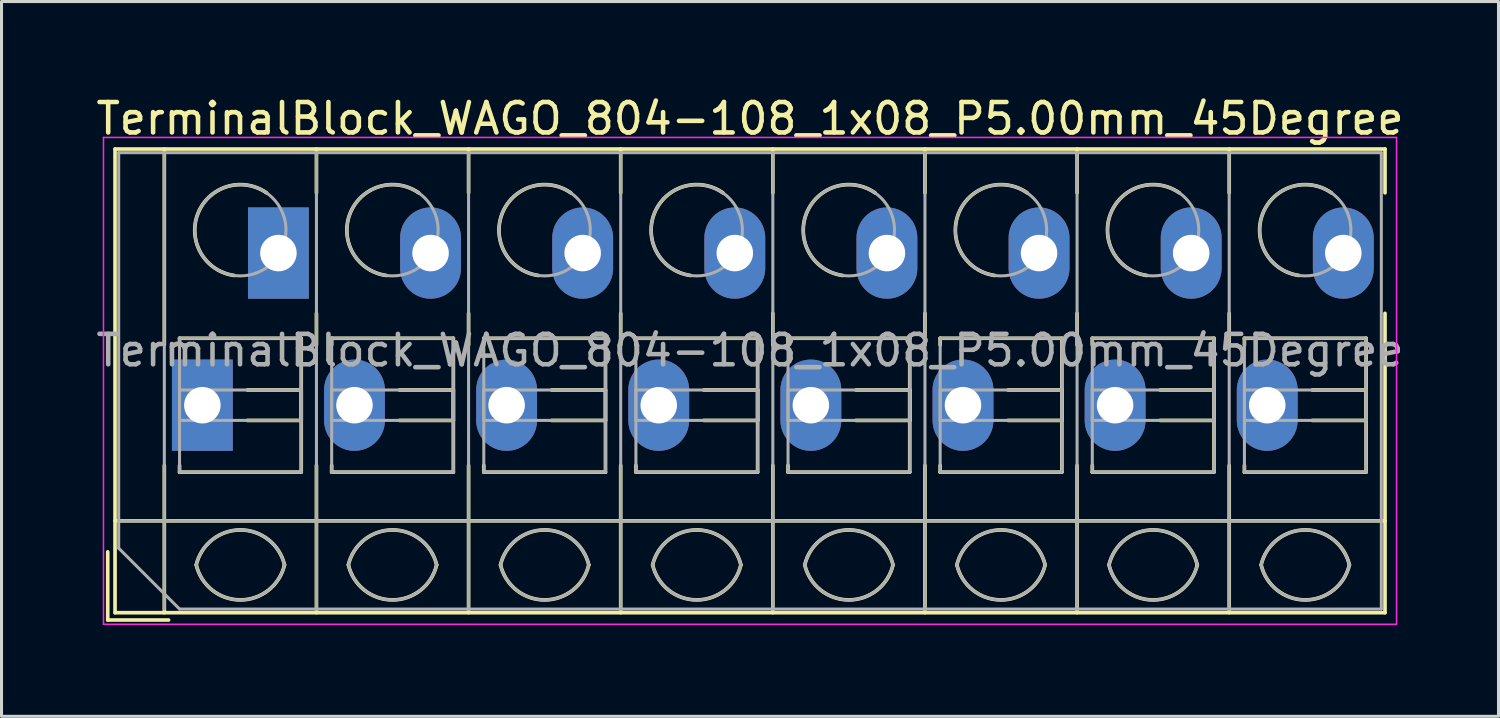
<source format=kicad_pcb>
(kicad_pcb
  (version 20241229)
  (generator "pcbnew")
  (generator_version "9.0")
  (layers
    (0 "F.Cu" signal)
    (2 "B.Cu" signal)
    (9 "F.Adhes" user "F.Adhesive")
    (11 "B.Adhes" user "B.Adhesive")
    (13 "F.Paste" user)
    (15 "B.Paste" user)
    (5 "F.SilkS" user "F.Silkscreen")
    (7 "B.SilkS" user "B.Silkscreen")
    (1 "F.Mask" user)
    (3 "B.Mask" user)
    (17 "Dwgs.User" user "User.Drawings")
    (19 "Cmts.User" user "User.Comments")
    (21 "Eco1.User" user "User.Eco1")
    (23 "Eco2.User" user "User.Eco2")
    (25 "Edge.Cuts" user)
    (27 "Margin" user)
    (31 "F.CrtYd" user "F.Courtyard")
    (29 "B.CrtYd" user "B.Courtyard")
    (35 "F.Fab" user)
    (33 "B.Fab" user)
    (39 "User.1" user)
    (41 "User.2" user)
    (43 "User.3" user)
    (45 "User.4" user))
  (footprint "TerminalBlock_WAGO_804-108_1x08_P5.00mm_45Degree"
    (layer "F.Cu")
    (at 3.601 10.268)
    (property "Reference" "TerminalBlock_WAGO_804-108_1x08_P5.00mm_45Degree" (at 18 -9.42 0) (layer "F.SilkS") (effects (font (size 1 1) (thickness 0.15))))
    (attr through_hole)
    (fp_line (start -3.11 4.82) (end -3.11 7.06) (stroke (width 0.12) (type solid)) (layer "F.SilkS"))
    (fp_line (start -3.11 7.06) (end -1.11 7.06) (stroke (width 0.12) (type solid)) (layer "F.SilkS"))
    (fp_line (start -2.87 -8.42) (end -2.87 6.82) (stroke (width 0.12) (type solid)) (layer "F.SilkS"))
    (fp_line (start -2.87 -8.42) (end 38.871 -8.42) (stroke (width 0.12) (type solid)) (layer "F.SilkS"))
    (fp_line (start -2.87 3.8) (end 38.871 3.8) (stroke (width 0.12) (type solid)) (layer "F.SilkS"))
    (fp_line (start -2.87 6.82) (end 38.871 6.82) (stroke (width 0.12) (type solid)) (layer "F.SilkS"))
    (fp_line (start -1.25 -8.42) (end -1.25 -1.98) (stroke (width 0.12) (type solid)) (layer "F.SilkS"))
    (fp_line (start -1.25 1.98) (end -1.25 6.82) (stroke (width 0.12) (type solid)) (layer "F.SilkS"))
    (fp_line (start -0.75 -2.2) (end -0.75 -1.98) (stroke (width 0.12) (type solid)) (layer "F.SilkS"))
    (fp_line (start -0.75 -2.2) (end 3.25 -2.2) (stroke (width 0.12) (type solid)) (layer "F.SilkS"))
    (fp_line (start -0.75 1.98) (end -0.75 2.2) (stroke (width 0.12) (type solid)) (layer "F.SilkS"))
    (fp_line (start -0.75 2.2) (end 3.25 2.2) (stroke (width 0.12) (type solid)) (layer "F.SilkS"))
    (fp_line (start 1.48 -0.5) (end 3.25 -0.5) (stroke (width 0.12) (type solid)) (layer "F.SilkS"))
    (fp_line (start 1.48 0.5) (end 3.25 0.5) (stroke (width 0.12) (type solid)) (layer "F.SilkS"))
    (fp_line (start 3.25 -2.2) (end 3.25 2.2) (stroke (width 0.12) (type solid)) (layer "F.SilkS"))
    (fp_line (start 3.25 -0.5) (end 3.25 0.5) (stroke (width 0.12) (type solid)) (layer "F.SilkS"))
    (fp_line (start 3.75 -8.42) (end 3.75 -6.98) (stroke (width 0.12) (type solid)) (layer "F.SilkS"))
    (fp_line (start 3.75 -3.02) (end 3.75 -1.98) (stroke (width 0.12) (type solid)) (layer "F.SilkS"))
    (fp_line (start 3.75 1.98) (end 3.75 6.82) (stroke (width 0.12) (type solid)) (layer "F.SilkS"))
    (fp_line (start 4.25 -2.2) (end 4.25 -1.98) (stroke (width 0.12) (type solid)) (layer "F.SilkS"))
    (fp_line (start 4.25 -2.2) (end 8.25 -2.2) (stroke (width 0.12) (type solid)) (layer "F.SilkS"))
    (fp_line (start 4.25 1.98) (end 4.25 2.2) (stroke (width 0.12) (type solid)) (layer "F.SilkS"))
    (fp_line (start 4.25 2.2) (end 8.25 2.2) (stroke (width 0.12) (type solid)) (layer "F.SilkS"))
    (fp_line (start 6.48 -0.5) (end 8.25 -0.5) (stroke (width 0.12) (type solid)) (layer "F.SilkS"))
    (fp_line (start 6.48 0.5) (end 8.25 0.5) (stroke (width 0.12) (type solid)) (layer "F.SilkS"))
    (fp_line (start 8.25 -2.2) (end 8.25 2.2) (stroke (width 0.12) (type solid)) (layer "F.SilkS"))
    (fp_line (start 8.25 -0.5) (end 8.25 0.5) (stroke (width 0.12) (type solid)) (layer "F.SilkS"))
    (fp_line (start 8.75 -8.42) (end 8.75 -6.98) (stroke (width 0.12) (type solid)) (layer "F.SilkS"))
    (fp_line (start 8.75 -3.02) (end 8.75 -1.98) (stroke (width 0.12) (type solid)) (layer "F.SilkS"))
    (fp_line (start 8.75 1.98) (end 8.75 6.82) (stroke (width 0.12) (type solid)) (layer "F.SilkS"))
    (fp_line (start 9.25 -2.2) (end 9.25 -1.98) (stroke (width 0.12) (type solid)) (layer "F.SilkS"))
    (fp_line (start 9.25 -2.2) (end 13.25 -2.2) (stroke (width 0.12) (type solid)) (layer "F.SilkS"))
    (fp_line (start 9.25 1.98) (end 9.25 2.2) (stroke (width 0.12) (type solid)) (layer "F.SilkS"))
    (fp_line (start 9.25 2.2) (end 13.25 2.2) (stroke (width 0.12) (type solid)) (layer "F.SilkS"))
    (fp_line (start 11.48 -0.5) (end 13.25 -0.5) (stroke (width 0.12) (type solid)) (layer "F.SilkS"))
    (fp_line (start 11.48 0.5) (end 13.25 0.5) (stroke (width 0.12) (type solid)) (layer "F.SilkS"))
    (fp_line (start 13.25 -2.2) (end 13.25 2.2) (stroke (width 0.12) (type solid)) (layer "F.SilkS"))
    (fp_line (start 13.25 -0.5) (end 13.25 0.5) (stroke (width 0.12) (type solid)) (layer "F.SilkS"))
    (fp_line (start 13.75 -8.42) (end 13.75 -6.98) (stroke (width 0.12) (type solid)) (layer "F.SilkS"))
    (fp_line (start 13.75 -3.02) (end 13.75 -1.98) (stroke (width 0.12) (type solid)) (layer "F.SilkS"))
    (fp_line (start 13.75 1.98) (end 13.75 6.82) (stroke (width 0.12) (type solid)) (layer "F.SilkS"))
    (fp_line (start 14.25 -2.2) (end 14.25 -1.98) (stroke (width 0.12) (type solid)) (layer "F.SilkS"))
    (fp_line (start 14.25 -2.2) (end 18.25 -2.2) (stroke (width 0.12) (type solid)) (layer "F.SilkS"))
    (fp_line (start 14.25 1.98) (end 14.25 2.2) (stroke (width 0.12) (type solid)) (layer "F.SilkS"))
    (fp_line (start 14.25 2.2) (end 18.25 2.2) (stroke (width 0.12) (type solid)) (layer "F.SilkS"))
    (fp_line (start 16.48 -0.5) (end 18.25 -0.5) (stroke (width 0.12) (type solid)) (layer "F.SilkS"))
    (fp_line (start 16.48 0.5) (end 18.25 0.5) (stroke (width 0.12) (type solid)) (layer "F.SilkS"))
    (fp_line (start 18.25 -2.2) (end 18.25 2.2) (stroke (width 0.12) (type solid)) (layer "F.SilkS"))
    (fp_line (start 18.25 -0.5) (end 18.25 0.5) (stroke (width 0.12) (type solid)) (layer "F.SilkS"))
    (fp_line (start 18.75 -8.42) (end 18.75 -6.98) (stroke (width 0.12) (type solid)) (layer "F.SilkS"))
    (fp_line (start 18.75 -3.02) (end 18.75 -1.98) (stroke (width 0.12) (type solid)) (layer "F.SilkS"))
    (fp_line (start 18.75 1.98) (end 18.75 6.82) (stroke (width 0.12) (type solid)) (layer "F.SilkS"))
    (fp_line (start 19.25 -2.2) (end 19.25 -1.98) (stroke (width 0.12) (type solid)) (layer "F.SilkS"))
    (fp_line (start 19.25 -2.2) (end 23.25 -2.2) (stroke (width 0.12) (type solid)) (layer "F.SilkS"))
    (fp_line (start 19.25 1.98) (end 19.25 2.2) (stroke (width 0.12) (type solid)) (layer "F.SilkS"))
    (fp_line (start 19.25 2.2) (end 23.25 2.2) (stroke (width 0.12) (type solid)) (layer "F.SilkS"))
    (fp_line (start 21.48 -0.5) (end 23.25 -0.5) (stroke (width 0.12) (type solid)) (layer "F.SilkS"))
    (fp_line (start 21.48 0.5) (end 23.25 0.5) (stroke (width 0.12) (type solid)) (layer "F.SilkS"))
    (fp_line (start 23.25 -2.2) (end 23.25 2.2) (stroke (width 0.12) (type solid)) (layer "F.SilkS"))
    (fp_line (start 23.25 -0.5) (end 23.25 0.5) (stroke (width 0.12) (type solid)) (layer "F.SilkS"))
    (fp_line (start 23.75 -8.42) (end 23.75 -6.98) (stroke (width 0.12) (type solid)) (layer "F.SilkS"))
    (fp_line (start 23.75 -3.02) (end 23.75 -1.98) (stroke (width 0.12) (type solid)) (layer "F.SilkS"))
    (fp_line (start 23.75 1.98) (end 23.75 6.82) (stroke (width 0.12) (type solid)) (layer "F.SilkS"))
    (fp_line (start 24.25 -2.2) (end 24.25 -1.98) (stroke (width 0.12) (type solid)) (layer "F.SilkS"))
    (fp_line (start 24.25 -2.2) (end 28.25 -2.2) (stroke (width 0.12) (type solid)) (layer "F.SilkS"))
    (fp_line (start 24.25 1.98) (end 24.25 2.2) (stroke (width 0.12) (type solid)) (layer "F.SilkS"))
    (fp_line (start 24.25 2.2) (end 28.25 2.2) (stroke (width 0.12) (type solid)) (layer "F.SilkS"))
    (fp_line (start 26.48 -0.5) (end 28.25 -0.5) (stroke (width 0.12) (type solid)) (layer "F.SilkS"))
    (fp_line (start 26.48 0.5) (end 28.25 0.5) (stroke (width 0.12) (type solid)) (layer "F.SilkS"))
    (fp_line (start 28.25 -2.2) (end 28.25 2.2) (stroke (width 0.12) (type solid)) (layer "F.SilkS"))
    (fp_line (start 28.25 -0.5) (end 28.25 0.5) (stroke (width 0.12) (type solid)) (layer "F.SilkS"))
    (fp_line (start 28.75 -8.42) (end 28.75 -6.98) (stroke (width 0.12) (type solid)) (layer "F.SilkS"))
    (fp_line (start 28.75 -3.02) (end 28.75 -1.98) (stroke (width 0.12) (type solid)) (layer "F.SilkS"))
    (fp_line (start 28.75 1.98) (end 28.75 6.82) (stroke (width 0.12) (type solid)) (layer "F.SilkS"))
    (fp_line (start 29.25 -2.2) (end 29.25 -1.98) (stroke (width 0.12) (type solid)) (layer "F.SilkS"))
    (fp_line (start 29.25 -2.2) (end 33.25 -2.2) (stroke (width 0.12) (type solid)) (layer "F.SilkS"))
    (fp_line (start 29.25 1.98) (end 29.25 2.2) (stroke (width 0.12) (type solid)) (layer "F.SilkS"))
    (fp_line (start 29.25 2.2) (end 33.25 2.2) (stroke (width 0.12) (type solid)) (layer "F.SilkS"))
    (fp_line (start 31.48 -0.5) (end 33.25 -0.5) (stroke (width 0.12) (type solid)) (layer "F.SilkS"))
    (fp_line (start 31.48 0.5) (end 33.25 0.5) (stroke (width 0.12) (type solid)) (layer "F.SilkS"))
    (fp_line (start 33.25 -2.2) (end 33.25 2.2) (stroke (width 0.12) (type solid)) (layer "F.SilkS"))
    (fp_line (start 33.25 -0.5) (end 33.25 0.5) (stroke (width 0.12) (type solid)) (layer "F.SilkS"))
    (fp_line (start 33.75 -8.42) (end 33.75 -6.98) (stroke (width 0.12) (type solid)) (layer "F.SilkS"))
    (fp_line (start 33.75 -3.02) (end 33.75 -1.98) (stroke (width 0.12) (type solid)) (layer "F.SilkS"))
    (fp_line (start 33.75 1.98) (end 33.75 6.82) (stroke (width 0.12) (type solid)) (layer "F.SilkS"))
    (fp_line (start 34.25 -2.2) (end 34.25 -1.98) (stroke (width 0.12) (type solid)) (layer "F.SilkS"))
    (fp_line (start 34.25 -2.2) (end 38.25 -2.2) (stroke (width 0.12) (type solid)) (layer "F.SilkS"))
    (fp_line (start 34.25 1.98) (end 34.25 2.2) (stroke (width 0.12) (type solid)) (layer "F.SilkS"))
    (fp_line (start 34.25 2.2) (end 38.25 2.2) (stroke (width 0.12) (type solid)) (layer "F.SilkS"))
    (fp_line (start 36.48 -0.5) (end 38.25 -0.5) (stroke (width 0.12) (type solid)) (layer "F.SilkS"))
    (fp_line (start 36.48 0.5) (end 38.25 0.5) (stroke (width 0.12) (type solid)) (layer "F.SilkS"))
    (fp_line (start 38.25 -2.2) (end 38.25 2.2) (stroke (width 0.12) (type solid)) (layer "F.SilkS"))
    (fp_line (start 38.25 -0.5) (end 38.25 0.5) (stroke (width 0.12) (type solid)) (layer "F.SilkS"))
    (fp_line (start 38.871 -8.42) (end 38.871 -6.98) (stroke (width 0.12) (type solid)) (layer "F.SilkS"))
    (fp_line (start 38.871 -3.02) (end 38.871 6.82) (stroke (width 0.12) (type solid)) (layer "F.SilkS"))
    (fp_arc (start -0.200865 5.250424) (mid 1.250296 4.099926) (end 2.701 5.251) (stroke (width 0.12) (type solid)) (layer "F.SilkS"))
    (fp_arc (start 1.040798 -4.264067) (mid -0.146039 -6.300306) (end 2.111 -6.979) (stroke (width 0.12) (type solid)) (layer "F.SilkS"))
    (fp_arc (start 2.7 5.25) (mid 1.250068 6.400101) (end -0.199969 5.250133) (stroke (width 0.12) (type solid)) (layer "F.SilkS"))
    (fp_arc (start 4.799135 5.250424) (mid 6.250296 4.099926) (end 7.701 5.251) (stroke (width 0.12) (type solid)) (layer "F.SilkS"))
    (fp_arc (start 6.040798 -4.264067) (mid 4.853961 -6.300306) (end 7.111 -6.979) (stroke (width 0.12) (type solid)) (layer "F.SilkS"))
    (fp_arc (start 7.7 5.25) (mid 6.250068 6.400101) (end 4.800031 5.250133) (stroke (width 0.12) (type solid)) (layer "F.SilkS"))
    (fp_arc (start 9.799135 5.250424) (mid 11.250296 4.099926) (end 12.701 5.251) (stroke (width 0.12) (type solid)) (layer "F.SilkS"))
    (fp_arc (start 11.040798 -4.264067) (mid 9.853961 -6.300306) (end 12.111 -6.979) (stroke (width 0.12) (type solid)) (layer "F.SilkS"))
    (fp_arc (start 12.7 5.25) (mid 11.250068 6.400101) (end 9.800031 5.250133) (stroke (width 0.12) (type solid)) (layer "F.SilkS"))
    (fp_arc (start 14.799135 5.250424) (mid 16.250296 4.099926) (end 17.701 5.251) (stroke (width 0.12) (type solid)) (layer "F.SilkS"))
    (fp_arc (start 16.040798 -4.264067) (mid 14.853961 -6.300306) (end 17.111 -6.979) (stroke (width 0.12) (type solid)) (layer "F.SilkS"))
    (fp_arc (start 17.7 5.25) (mid 16.250068 6.400101) (end 14.800031 5.250133) (stroke (width 0.12) (type solid)) (layer "F.SilkS"))
    (fp_arc (start 19.799135 5.250424) (mid 21.250296 4.099926) (end 22.701 5.251) (stroke (width 0.12) (type solid)) (layer "F.SilkS"))
    (fp_arc (start 21.040798 -4.264067) (mid 19.853961 -6.300306) (end 22.111 -6.979) (stroke (width 0.12) (type solid)) (layer "F.SilkS"))
    (fp_arc (start 22.7 5.25) (mid 21.250068 6.400101) (end 19.800031 5.250133) (stroke (width 0.12) (type solid)) (layer "F.SilkS"))
    (fp_arc (start 24.799135 5.250424) (mid 26.250296 4.099926) (end 27.701 5.251) (stroke (width 0.12) (type solid)) (layer "F.SilkS"))
    (fp_arc (start 26.040798 -4.264067) (mid 24.853961 -6.300306) (end 27.111 -6.979) (stroke (width 0.12) (type solid)) (layer "F.SilkS"))
    (fp_arc (start 27.7 5.25) (mid 26.250068 6.400101) (end 24.800031 5.250133) (stroke (width 0.12) (type solid)) (layer "F.SilkS"))
    (fp_arc (start 29.799135 5.250424) (mid 31.250296 4.099926) (end 32.701 5.251) (stroke (width 0.12) (type solid)) (layer "F.SilkS"))
    (fp_arc (start 31.040798 -4.264067) (mid 29.853961 -6.300306) (end 32.111 -6.979) (stroke (width 0.12) (type solid)) (layer "F.SilkS"))
    (fp_arc (start 32.701 5.25) (mid 31.250296 6.401074) (end 29.799135 5.250576) (stroke (width 0.12) (type solid)) (layer "F.SilkS"))
    (fp_arc (start 34.799135 5.250424) (mid 36.250296 4.099926) (end 37.701 5.251) (stroke (width 0.12) (type solid)) (layer "F.SilkS"))
    (fp_arc (start 36.040798 -4.264067) (mid 34.853961 -6.300306) (end 37.111 -6.979) (stroke (width 0.12) (type solid)) (layer "F.SilkS"))
    (fp_arc (start 37.7 5.25) (mid 36.250068 6.400101) (end 34.800031 5.250133) (stroke (width 0.12) (type solid)) (layer "F.SilkS"))
    (fp_line (start -3.25 -8.8) (end -3.25 7.2) (stroke (width 0.05) (type solid)) (layer "F.CrtYd"))
    (fp_line (start -3.25 7.2) (end 39.25 7.2) (stroke (width 0.05) (type solid)) (layer "F.CrtYd"))
    (fp_line (start 39.25 -8.8) (end -3.25 -8.8) (stroke (width 0.05) (type solid)) (layer "F.CrtYd"))
    (fp_line (start 39.25 7.2) (end 39.25 -8.8) (stroke (width 0.05) (type solid)) (layer "F.CrtYd"))
    (fp_line (start -2.75 -8.3) (end 38.75 -8.3) (stroke (width 0.1) (type solid)) (layer "F.Fab"))
    (fp_line (start -2.75 3.8) (end 38.75 3.8) (stroke (width 0.1) (type solid)) (layer "F.Fab"))
    (fp_line (start -2.75 4.7) (end -2.75 -8.3) (stroke (width 0.1) (type solid)) (layer "F.Fab"))
    (fp_line (start -1.25 -8.3) (end -1.25 6.7) (stroke (width 0.1) (type solid)) (layer "F.Fab"))
    (fp_line (start -0.75 -2.2) (end -0.75 2.2) (stroke (width 0.1) (type solid)) (layer "F.Fab"))
    (fp_line (start -0.75 -0.5) (end -0.75 0.5) (stroke (width 0.1) (type solid)) (layer "F.Fab"))
    (fp_line (start -0.75 0.5) (end 3.25 0.5) (stroke (width 0.1) (type solid)) (layer "F.Fab"))
    (fp_line (start -0.75 2.2) (end 3.25 2.2) (stroke (width 0.1) (type solid)) (layer "F.Fab"))
    (fp_line (start -0.75 6.7) (end -2.75 4.7) (stroke (width 0.1) (type solid)) (layer "F.Fab"))
    (fp_line (start 3.25 -2.2) (end -0.75 -2.2) (stroke (width 0.1) (type solid)) (layer "F.Fab"))
    (fp_line (start 3.25 -0.5) (end -0.75 -0.5) (stroke (width 0.1) (type solid)) (layer "F.Fab"))
    (fp_line (start 3.25 0.5) (end 3.25 -0.5) (stroke (width 0.1) (type solid)) (layer "F.Fab"))
    (fp_line (start 3.25 2.2) (end 3.25 -2.2) (stroke (width 0.1) (type solid)) (layer "F.Fab"))
    (fp_line (start 3.75 -8.3) (end 3.75 6.7) (stroke (width 0.1) (type solid)) (layer "F.Fab"))
    (fp_line (start 4.25 -2.2) (end 4.25 2.2) (stroke (width 0.1) (type solid)) (layer "F.Fab"))
    (fp_line (start 4.25 -0.5) (end 4.25 0.5) (stroke (width 0.1) (type solid)) (layer "F.Fab"))
    (fp_line (start 4.25 0.5) (end 8.25 0.5) (stroke (width 0.1) (type solid)) (layer "F.Fab"))
    (fp_line (start 4.25 2.2) (end 8.25 2.2) (stroke (width 0.1) (type solid)) (layer "F.Fab"))
    (fp_line (start 8.25 -2.2) (end 4.25 -2.2) (stroke (width 0.1) (type solid)) (layer "F.Fab"))
    (fp_line (start 8.25 -0.5) (end 4.25 -0.5) (stroke (width 0.1) (type solid)) (layer "F.Fab"))
    (fp_line (start 8.25 0.5) (end 8.25 -0.5) (stroke (width 0.1) (type solid)) (layer "F.Fab"))
    (fp_line (start 8.25 2.2) (end 8.25 -2.2) (stroke (width 0.1) (type solid)) (layer "F.Fab"))
    (fp_line (start 8.75 -8.3) (end 8.75 6.7) (stroke (width 0.1) (type solid)) (layer "F.Fab"))
    (fp_line (start 9.25 -2.2) (end 9.25 2.2) (stroke (width 0.1) (type solid)) (layer "F.Fab"))
    (fp_line (start 9.25 -0.5) (end 9.25 0.5) (stroke (width 0.1) (type solid)) (layer "F.Fab"))
    (fp_line (start 9.25 0.5) (end 13.25 0.5) (stroke (width 0.1) (type solid)) (layer "F.Fab"))
    (fp_line (start 9.25 2.2) (end 13.25 2.2) (stroke (width 0.1) (type solid)) (layer "F.Fab"))
    (fp_line (start 13.25 -2.2) (end 9.25 -2.2) (stroke (width 0.1) (type solid)) (layer "F.Fab"))
    (fp_line (start 13.25 -0.5) (end 9.25 -0.5) (stroke (width 0.1) (type solid)) (layer "F.Fab"))
    (fp_line (start 13.25 0.5) (end 13.25 -0.5) (stroke (width 0.1) (type solid)) (layer "F.Fab"))
    (fp_line (start 13.25 2.2) (end 13.25 -2.2) (stroke (width 0.1) (type solid)) (layer "F.Fab"))
    (fp_line (start 13.75 -8.3) (end 13.75 6.7) (stroke (width 0.1) (type solid)) (layer "F.Fab"))
    (fp_line (start 14.25 -2.2) (end 14.25 2.2) (stroke (width 0.1) (type solid)) (layer "F.Fab"))
    (fp_line (start 14.25 -0.5) (end 14.25 0.5) (stroke (width 0.1) (type solid)) (layer "F.Fab"))
    (fp_line (start 14.25 0.5) (end 18.25 0.5) (stroke (width 0.1) (type solid)) (layer "F.Fab"))
    (fp_line (start 14.25 2.2) (end 18.25 2.2) (stroke (width 0.1) (type solid)) (layer "F.Fab"))
    (fp_line (start 18.25 -2.2) (end 14.25 -2.2) (stroke (width 0.1) (type solid)) (layer "F.Fab"))
    (fp_line (start 18.25 -0.5) (end 14.25 -0.5) (stroke (width 0.1) (type solid)) (layer "F.Fab"))
    (fp_line (start 18.25 0.5) (end 18.25 -0.5) (stroke (width 0.1) (type solid)) (layer "F.Fab"))
    (fp_line (start 18.25 2.2) (end 18.25 -2.2) (stroke (width 0.1) (type solid)) (layer "F.Fab"))
    (fp_line (start 18.75 -8.3) (end 18.75 6.7) (stroke (width 0.1) (type solid)) (layer "F.Fab"))
    (fp_line (start 19.25 -2.2) (end 19.25 2.2) (stroke (width 0.1) (type solid)) (layer "F.Fab"))
    (fp_line (start 19.25 -0.5) (end 19.25 0.5) (stroke (width 0.1) (type solid)) (layer "F.Fab"))
    (fp_line (start 19.25 0.5) (end 23.25 0.5) (stroke (width 0.1) (type solid)) (layer "F.Fab"))
    (fp_line (start 19.25 2.2) (end 23.25 2.2) (stroke (width 0.1) (type solid)) (layer "F.Fab"))
    (fp_line (start 23.25 -2.2) (end 19.25 -2.2) (stroke (width 0.1) (type solid)) (layer "F.Fab"))
    (fp_line (start 23.25 -0.5) (end 19.25 -0.5) (stroke (width 0.1) (type solid)) (layer "F.Fab"))
    (fp_line (start 23.25 0.5) (end 23.25 -0.5) (stroke (width 0.1) (type solid)) (layer "F.Fab"))
    (fp_line (start 23.25 2.2) (end 23.25 -2.2) (stroke (width 0.1) (type solid)) (layer "F.Fab"))
    (fp_line (start 23.75 -8.3) (end 23.75 6.7) (stroke (width 0.1) (type solid)) (layer "F.Fab"))
    (fp_line (start 24.25 -2.2) (end 24.25 2.2) (stroke (width 0.1) (type solid)) (layer "F.Fab"))
    (fp_line (start 24.25 -0.5) (end 24.25 0.5) (stroke (width 0.1) (type solid)) (layer "F.Fab"))
    (fp_line (start 24.25 0.5) (end 28.25 0.5) (stroke (width 0.1) (type solid)) (layer "F.Fab"))
    (fp_line (start 24.25 2.2) (end 28.25 2.2) (stroke (width 0.1) (type solid)) (layer "F.Fab"))
    (fp_line (start 28.25 -2.2) (end 24.25 -2.2) (stroke (width 0.1) (type solid)) (layer "F.Fab"))
    (fp_line (start 28.25 -0.5) (end 24.25 -0.5) (stroke (width 0.1) (type solid)) (layer "F.Fab"))
    (fp_line (start 28.25 0.5) (end 28.25 -0.5) (stroke (width 0.1) (type solid)) (layer "F.Fab"))
    (fp_line (start 28.25 2.2) (end 28.25 -2.2) (stroke (width 0.1) (type solid)) (layer "F.Fab"))
    (fp_line (start 28.75 -8.3) (end 28.75 6.7) (stroke (width 0.1) (type solid)) (layer "F.Fab"))
    (fp_line (start 29.25 -2.2) (end 29.25 2.2) (stroke (width 0.1) (type solid)) (layer "F.Fab"))
    (fp_line (start 29.25 -0.5) (end 29.25 0.5) (stroke (width 0.1) (type solid)) (layer "F.Fab"))
    (fp_line (start 29.25 0.5) (end 33.25 0.5) (stroke (width 0.1) (type solid)) (layer "F.Fab"))
    (fp_line (start 29.25 2.2) (end 33.25 2.2) (stroke (width 0.1) (type solid)) (layer "F.Fab"))
    (fp_line (start 33.25 -2.2) (end 29.25 -2.2) (stroke (width 0.1) (type solid)) (layer "F.Fab"))
    (fp_line (start 33.25 -0.5) (end 29.25 -0.5) (stroke (width 0.1) (type solid)) (layer "F.Fab"))
    (fp_line (start 33.25 0.5) (end 33.25 -0.5) (stroke (width 0.1) (type solid)) (layer "F.Fab"))
    (fp_line (start 33.25 2.2) (end 33.25 -2.2) (stroke (width 0.1) (type solid)) (layer "F.Fab"))
    (fp_line (start 33.75 -8.3) (end 33.75 6.7) (stroke (width 0.1) (type solid)) (layer "F.Fab"))
    (fp_line (start 34.25 -2.2) (end 34.25 2.2) (stroke (width 0.1) (type solid)) (layer "F.Fab"))
    (fp_line (start 34.25 -0.5) (end 34.25 0.5) (stroke (width 0.1) (type solid)) (layer "F.Fab"))
    (fp_line (start 34.25 0.5) (end 38.25 0.5) (stroke (width 0.1) (type solid)) (layer "F.Fab"))
    (fp_line (start 34.25 2.2) (end 38.25 2.2) (stroke (width 0.1) (type solid)) (layer "F.Fab"))
    (fp_line (start 38.25 -2.2) (end 34.25 -2.2) (stroke (width 0.1) (type solid)) (layer "F.Fab"))
    (fp_line (start 38.25 -0.5) (end 34.25 -0.5) (stroke (width 0.1) (type solid)) (layer "F.Fab"))
    (fp_line (start 38.25 0.5) (end 38.25 -0.5) (stroke (width 0.1) (type solid)) (layer "F.Fab"))
    (fp_line (start 38.25 2.2) (end 38.25 -2.2) (stroke (width 0.1) (type solid)) (layer "F.Fab"))
    (fp_line (start 38.75 -8.3) (end 38.75 6.7) (stroke (width 0.1) (type solid)) (layer "F.Fab"))
    (fp_line (start 38.75 6.7) (end -0.75 6.7) (stroke (width 0.1) (type solid)) (layer "F.Fab"))
    (fp_arc (start -0.200865 5.250424) (mid 1.250296 4.099926) (end 2.701 5.251) (stroke (width 0.1) (type solid)) (layer "F.Fab"))
    (fp_arc (start 2.7 5.25) (mid 1.250068 6.400101) (end -0.199969 5.250133) (stroke (width 0.1) (type solid)) (layer "F.Fab"))
    (fp_arc (start 4.799135 5.250424) (mid 6.250296 4.099926) (end 7.701 5.251) (stroke (width 0.1) (type solid)) (layer "F.Fab"))
    (fp_arc (start 7.7 5.25) (mid 6.250068 6.400101) (end 4.800031 5.250133) (stroke (width 0.1) (type solid)) (layer "F.Fab"))
    (fp_arc (start 9.799135 5.250424) (mid 11.250296 4.099926) (end 12.701 5.251) (stroke (width 0.1) (type solid)) (layer "F.Fab"))
    (fp_arc (start 12.7 5.25) (mid 11.250068 6.400101) (end 9.800031 5.250133) (stroke (width 0.1) (type solid)) (layer "F.Fab"))
    (fp_arc (start 14.799135 5.250424) (mid 16.250296 4.099926) (end 17.701 5.251) (stroke (width 0.1) (type solid)) (layer "F.Fab"))
    (fp_arc (start 17.7 5.25) (mid 16.250068 6.400101) (end 14.800031 5.250133) (stroke (width 0.1) (type solid)) (layer "F.Fab"))
    (fp_arc (start 19.799135 5.250424) (mid 21.250296 4.099926) (end 22.701 5.251) (stroke (width 0.1) (type solid)) (layer "F.Fab"))
    (fp_arc (start 22.7 5.25) (mid 21.250068 6.400101) (end 19.800031 5.250133) (stroke (width 0.1) (type solid)) (layer "F.Fab"))
    (fp_arc (start 24.799135 5.250424) (mid 26.250296 4.099926) (end 27.701 5.251) (stroke (width 0.1) (type solid)) (layer "F.Fab"))
    (fp_arc (start 27.7 5.25) (mid 26.250068 6.400101) (end 24.800031 5.250133) (stroke (width 0.1) (type solid)) (layer "F.Fab"))
    (fp_arc (start 29.799135 5.250424) (mid 31.250296 4.099926) (end 32.701 5.251) (stroke (width 0.1) (type solid)) (layer "F.Fab"))
    (fp_arc (start 32.701 5.25) (mid 31.250296 6.401074) (end 29.799135 5.250576) (stroke (width 0.1) (type solid)) (layer "F.Fab"))
    (fp_arc (start 34.799135 5.250424) (mid 36.250296 4.099926) (end 37.701 5.251) (stroke (width 0.1) (type solid)) (layer "F.Fab"))
    (fp_arc (start 37.7 5.25) (mid 36.250068 6.400101) (end 34.800031 5.250133) (stroke (width 0.1) (type solid)) (layer "F.Fab"))
    (fp_circle (center 1.25 -5.75) (end 2.75 -5.75) (stroke (width 0.1) (type solid)) (fill no) (layer "F.Fab"))
    (fp_circle (center 6.25 -5.75) (end 7.75 -5.75) (stroke (width 0.1) (type solid)) (fill no) (layer "F.Fab"))
    (fp_circle (center 11.25 -5.75) (end 12.75 -5.75) (stroke (width 0.1) (type solid)) (fill no) (layer "F.Fab"))
    (fp_circle (center 16.25 -5.75) (end 17.75 -5.75) (stroke (width 0.1) (type solid)) (fill no) (layer "F.Fab"))
    (fp_circle (center 21.25 -5.75) (end 22.75 -5.75) (stroke (width 0.1) (type solid)) (fill no) (layer "F.Fab"))
    (fp_circle (center 26.25 -5.75) (end 27.75 -5.75) (stroke (width 0.1) (type solid)) (fill no) (layer "F.Fab"))
    (fp_circle (center 31.25 -5.75) (end 32.75 -5.75) (stroke (width 0.1) (type solid)) (fill no) (layer "F.Fab"))
    (fp_circle (center 36.25 -5.75) (end 37.75 -5.75) (stroke (width 0.1) (type solid)) (fill no) (layer "F.Fab"))
    (fp_text user "${REFERENCE}" (at 18 -1.8 0) (layer "F.Fab") (effects (font (size 1 1) (thickness 0.15))))
    (pad "1" thru_hole rect (at 0 0) (size 2 3) (drill 1.2) (layers "*.Cu" "*.Mask"))
    (pad "1" thru_hole rect (at 2.5 -5) (size 2 3) (drill 1.2) (layers "*.Cu" "*.Mask"))
    (pad "2" thru_hole oval (at 5 0) (size 2 3) (drill 1.2) (layers "*.Cu" "*.Mask"))
    (pad "2" thru_hole oval (at 7.5 -5) (size 2 3) (drill 1.2) (layers "*.Cu" "*.Mask"))
    (pad "3" thru_hole oval (at 10 0) (size 2 3) (drill 1.2) (layers "*.Cu" "*.Mask"))
    (pad "3" thru_hole oval (at 12.5 -5) (size 2 3) (drill 1.2) (layers "*.Cu" "*.Mask"))
    (pad "4" thru_hole oval (at 15 0) (size 2 3) (drill 1.2) (layers "*.Cu" "*.Mask"))
    (pad "4" thru_hole oval (at 17.5 -5) (size 2 3) (drill 1.2) (layers "*.Cu" "*.Mask"))
    (pad "5" thru_hole oval (at 20 0) (size 2 3) (drill 1.2) (layers "*.Cu" "*.Mask"))
    (pad "5" thru_hole oval (at 22.5 -5) (size 2 3) (drill 1.2) (layers "*.Cu" "*.Mask"))
    (pad "6" thru_hole oval (at 25 0) (size 2 3) (drill 1.2) (layers "*.Cu" "*.Mask"))
    (pad "6" thru_hole oval (at 27.5 -5) (size 2 3) (drill 1.2) (layers "*.Cu" "*.Mask"))
    (pad "7" thru_hole oval (at 30 0) (size 2 3) (drill 1.2) (layers "*.Cu" "*.Mask"))
    (pad "7" thru_hole oval (at 32.5 -5) (size 2 3) (drill 1.2) (layers "*.Cu" "*.Mask"))
    (pad "8" thru_hole oval (at 35 0) (size 2 3) (drill 1.2) (layers "*.Cu" "*.Mask"))
    (pad "8" thru_hole oval (at 37.5 -5) (size 2 3) (drill 1.2) (layers "*.Cu" "*.Mask")))
  (gr_rect
    (start -3 -3)
    (end 46.202 20.493)
    (stroke (width 0.1) (type default))
    (fill no)
    (layer "Edge.Cuts")))
</source>
